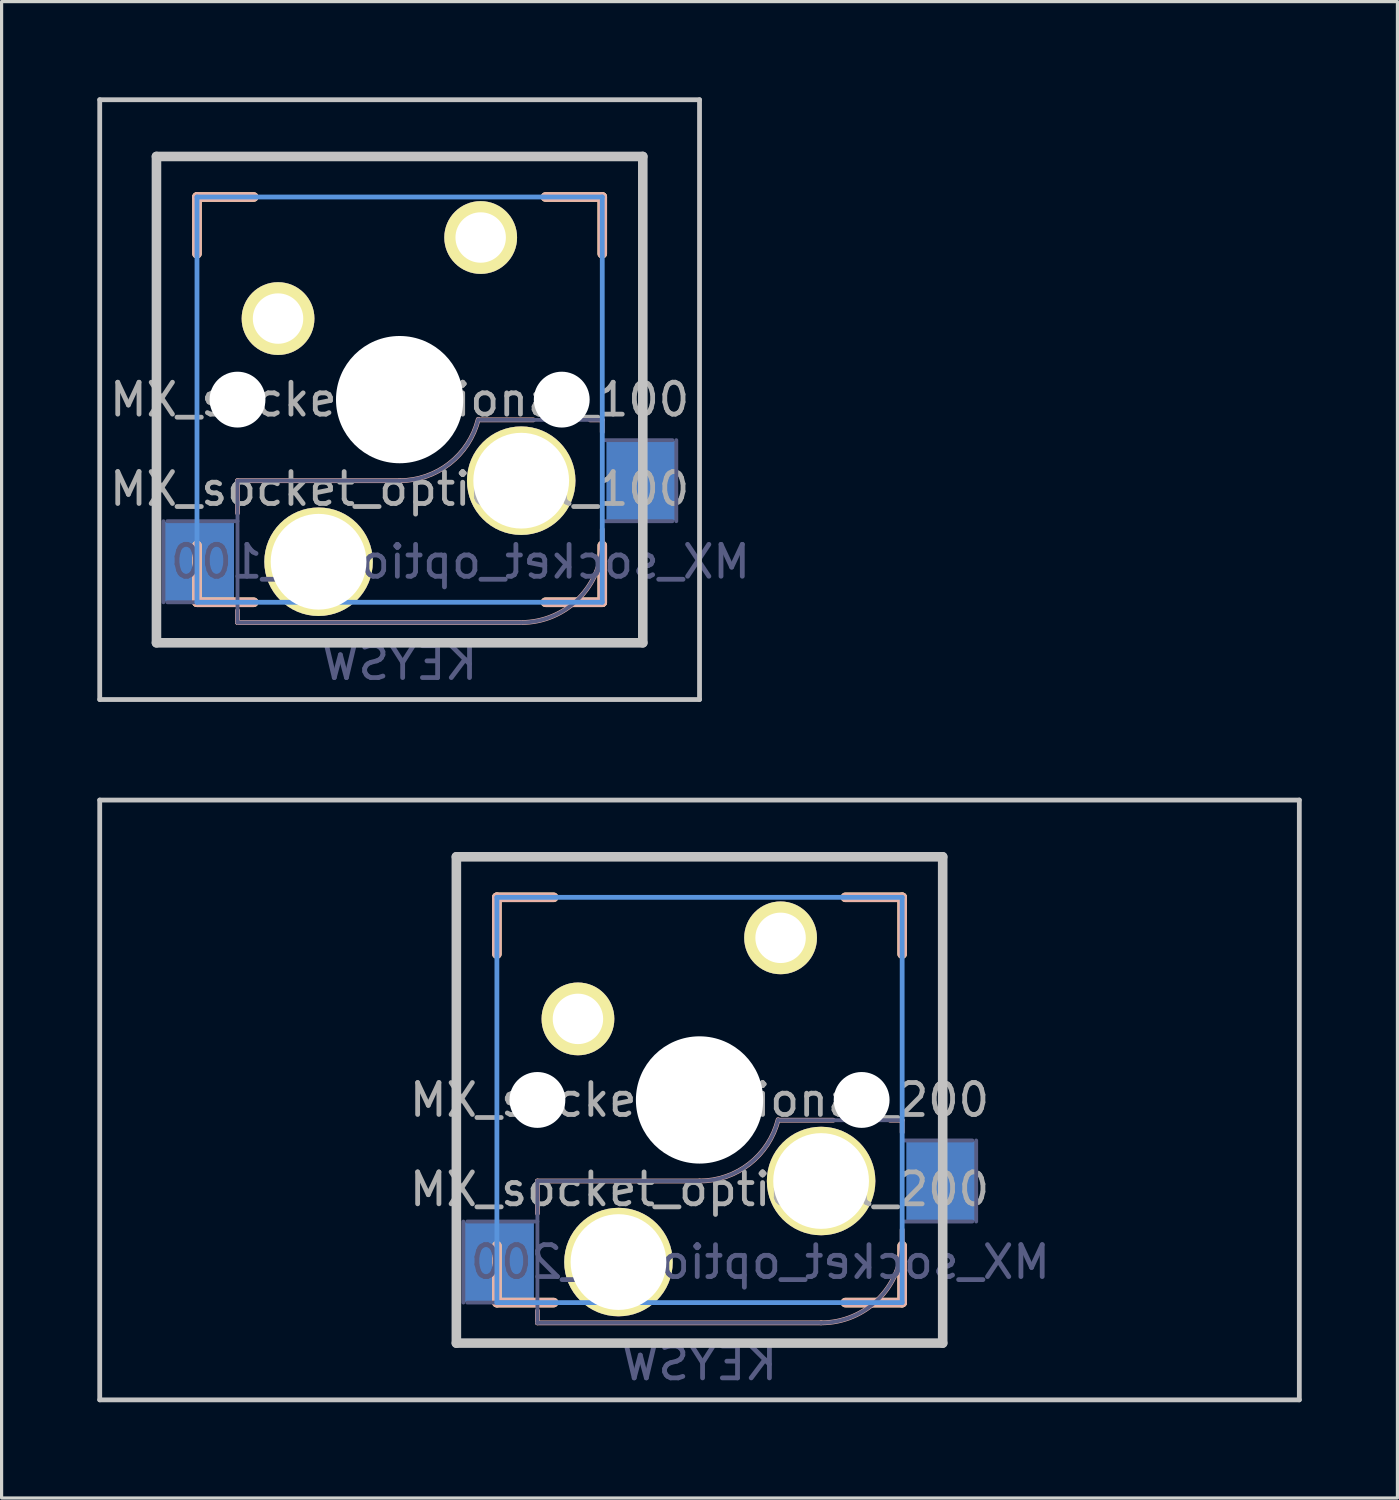
<source format=kicad_pcb>
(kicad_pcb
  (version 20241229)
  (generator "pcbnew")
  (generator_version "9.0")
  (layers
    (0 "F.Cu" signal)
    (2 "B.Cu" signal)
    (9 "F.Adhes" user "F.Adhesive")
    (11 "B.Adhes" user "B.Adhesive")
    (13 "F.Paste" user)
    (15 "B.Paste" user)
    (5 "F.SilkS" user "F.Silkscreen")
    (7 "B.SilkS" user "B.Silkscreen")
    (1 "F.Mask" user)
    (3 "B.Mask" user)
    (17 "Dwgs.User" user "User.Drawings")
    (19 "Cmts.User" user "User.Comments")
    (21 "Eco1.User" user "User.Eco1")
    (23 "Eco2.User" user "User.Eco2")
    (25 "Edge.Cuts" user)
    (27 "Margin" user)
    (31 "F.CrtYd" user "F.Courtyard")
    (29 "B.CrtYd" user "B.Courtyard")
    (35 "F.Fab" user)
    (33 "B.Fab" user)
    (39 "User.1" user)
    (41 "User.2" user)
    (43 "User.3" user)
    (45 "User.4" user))
  (footprint "MX_socket_optional_100"
    (layer "F.Cu")
    (at 9.473 9.473)
    (property "Reference" "MX_socket_optional_100" (at 0 2.8 0) (layer "F.Fab") (effects (font (size 1 1) (thickness 0.15))))
    (property "Value" "KEYSW" (at 0.6 -2.85 0) (layer "B.SilkS") (hide yes) (effects (font (size 1.2 1.2) (thickness 0.2)) (justify mirror)))
    (attr through_hole)
    (fp_line (start -6.35 -6.35) (end -4.572 -6.35) (stroke (width 0.3) (type solid)) (layer "F.SilkS"))
    (fp_line (start -6.35 -4.572) (end -6.35 -6.35) (stroke (width 0.3) (type solid)) (layer "F.SilkS"))
    (fp_line (start -6.35 6.35) (end -6.35 4.572) (stroke (width 0.3) (type solid)) (layer "F.SilkS"))
    (fp_line (start -4.572 6.35) (end -6.35 6.35) (stroke (width 0.3) (type solid)) (layer "F.SilkS"))
    (fp_line (start 4.572 -6.35) (end 6.35 -6.35) (stroke (width 0.3) (type solid)) (layer "F.SilkS"))
    (fp_line (start 6.35 -6.35) (end 6.35 -4.572) (stroke (width 0.3) (type solid)) (layer "F.SilkS"))
    (fp_line (start 6.35 4.572) (end 6.35 6.35) (stroke (width 0.3) (type solid)) (layer "F.SilkS"))
    (fp_line (start 6.35 6.35) (end 4.572 6.35) (stroke (width 0.3) (type solid)) (layer "F.SilkS"))
    (fp_line (start -6.35 -6.35) (end -4.572 -6.35) (stroke (width 0.3) (type solid)) (layer "B.SilkS"))
    (fp_line (start -6.35 -4.572) (end -6.35 -6.35) (stroke (width 0.3) (type solid)) (layer "B.SilkS"))
    (fp_line (start -6.35 6.35) (end -6.35 4.572) (stroke (width 0.3) (type solid)) (layer "B.SilkS"))
    (fp_line (start -5.08 2.54) (end -5.08 3.556) (stroke (width 0.15) (type solid)) (layer "B.SilkS"))
    (fp_line (start -5.08 6.604) (end -5.08 6.985) (stroke (width 0.15) (type solid)) (layer "B.SilkS"))
    (fp_line (start -5.08 6.985) (end 3.81 6.985) (stroke (width 0.15) (type solid)) (layer "B.SilkS"))
    (fp_line (start -4.572 6.35) (end -6.35 6.35) (stroke (width 0.3) (type solid)) (layer "B.SilkS"))
    (fp_line (start 0 2.54) (end -5.08 2.54) (stroke (width 0.15) (type solid)) (layer "B.SilkS"))
    (fp_line (start 4.191 0.635) (end 2.54 0.635) (stroke (width 0.15) (type solid)) (layer "B.SilkS"))
    (fp_line (start 4.572 -6.35) (end 6.35 -6.35) (stroke (width 0.3) (type solid)) (layer "B.SilkS"))
    (fp_line (start 6.35 -6.35) (end 6.35 -4.572) (stroke (width 0.3) (type solid)) (layer "B.SilkS"))
    (fp_line (start 6.35 0.635) (end 5.969 0.635) (stroke (width 0.15) (type solid)) (layer "B.SilkS"))
    (fp_line (start 6.35 1.016) (end 6.35 0.635) (stroke (width 0.15) (type solid)) (layer "B.SilkS"))
    (fp_line (start 6.35 4.445) (end 6.35 4.064) (stroke (width 0.15) (type solid)) (layer "B.SilkS"))
    (fp_line (start 6.35 4.572) (end 6.35 6.35) (stroke (width 0.3) (type solid)) (layer "B.SilkS"))
    (fp_line (start 6.35 6.35) (end 4.572 6.35) (stroke (width 0.3) (type solid)) (layer "B.SilkS"))
    (fp_arc (start 2.464162 0.61604) (mid 1.563147 2.002042) (end 0 2.54) (stroke (width 0.15) (type solid)) (layer "B.SilkS"))
    (fp_arc (start 6.35 4.445) (mid 5.606051 6.241051) (end 3.81 6.985) (stroke (width 0.15) (type solid)) (layer "B.SilkS"))
    (fp_line (start -9.398 -9.398) (end -9.398 9.398) (stroke (width 0.15) (type solid)) (layer "Dwgs.User"))
    (fp_line (start -9.398 -9.398) (end 9.398 -9.398) (stroke (width 0.15) (type solid)) (layer "Dwgs.User"))
    (fp_line (start -9.398 9.398) (end 9.398 9.398) (stroke (width 0.15) (type solid)) (layer "Dwgs.User"))
    (fp_line (start -7.62 -7.62) (end -7.62 7.62) (stroke (width 0.3) (type solid)) (layer "Dwgs.User"))
    (fp_line (start -7.62 -7.62) (end 7.62 -7.62) (stroke (width 0.3) (type solid)) (layer "Dwgs.User"))
    (fp_line (start -7.62 7.62) (end 7.62 7.62) (stroke (width 0.3) (type solid)) (layer "Dwgs.User"))
    (fp_line (start 7.62 -7.62) (end 7.62 7.62) (stroke (width 0.3) (type solid)) (layer "Dwgs.User"))
    (fp_line (start 9.398 -9.398) (end 9.398 9.398) (stroke (width 0.15) (type solid)) (layer "Dwgs.User"))
    (fp_line (start -6.35 6.35) (end -6.35 -6.35) (stroke (width 0.15) (type solid)) (layer "Cmts.User"))
    (fp_line (start -6.35 6.35) (end 6.35 6.35) (stroke (width 0.15) (type solid)) (layer "Cmts.User"))
    (fp_line (start 6.35 -6.35) (end -6.35 -6.35) (stroke (width 0.15) (type solid)) (layer "Cmts.User"))
    (fp_line (start 6.35 -6.35) (end 6.35 6.35) (stroke (width 0.15) (type solid)) (layer "Cmts.User"))
    (fp_line (start -6.985 -6.985) (end 6.985 -6.985) (stroke (width 0.15) (type solid)) (layer "Eco2.User"))
    (fp_line (start -6.985 6.985) (end -6.985 -6.985) (stroke (width 0.15) (type solid)) (layer "Eco2.User"))
    (fp_line (start 6.985 -6.985) (end 6.985 6.985) (stroke (width 0.15) (type solid)) (layer "Eco2.User"))
    (fp_line (start 6.985 6.985) (end -6.985 6.985) (stroke (width 0.15) (type solid)) (layer "Eco2.User"))
    (fp_line (start -7.4 3.81) (end -7.4 6.35) (stroke (width 0.12) (type solid)) (layer "B.Fab"))
    (fp_line (start -7.28 6.35) (end -5.08 6.35) (stroke (width 0.12) (type solid)) (layer "B.Fab"))
    (fp_line (start -5.08 2.54) (end -5.08 6.985) (stroke (width 0.12) (type solid)) (layer "B.Fab"))
    (fp_line (start -5.08 3.81) (end -7.28 3.81) (stroke (width 0.12) (type solid)) (layer "B.Fab"))
    (fp_line (start -5.08 6.985) (end 3.81 6.985) (stroke (width 0.12) (type solid)) (layer "B.Fab"))
    (fp_line (start 0 2.54) (end -5.08 2.54) (stroke (width 0.12) (type solid)) (layer "B.Fab"))
    (fp_line (start 6.35 0.635) (end 2.54 0.635) (stroke (width 0.12) (type solid)) (layer "B.Fab"))
    (fp_line (start 6.35 3.81) (end 8.55 3.81) (stroke (width 0.12) (type solid)) (layer "B.Fab"))
    (fp_line (start 6.35 4.445) (end 6.35 0.635) (stroke (width 0.12) (type solid)) (layer "B.Fab"))
    (fp_line (start 8.55 1.27) (end 6.35 1.27) (stroke (width 0.12) (type solid)) (layer "B.Fab"))
    (fp_line (start 8.67 3.81) (end 8.67 1.27) (stroke (width 0.12) (type solid)) (layer "B.Fab"))
    (fp_arc (start 2.464162 0.61604) (mid 1.563147 2.002042) (end 0 2.54) (stroke (width 0.12) (type solid)) (layer "B.Fab"))
    (fp_arc (start 6.35 4.445) (mid 5.606051 6.241051) (end 3.81 6.985) (stroke (width 0.12) (type solid)) (layer "B.Fab"))
    (fp_text user "${REFERENCE}" (at 1.905 5.08 0) (layer "B.Fab") (effects (font (size 1 1) (thickness 0.15)) (justify mirror)))
    (fp_text user "${VALUE}" (at 0 8.255 0) (layer "B.Fab") (effects (font (size 1 1) (thickness 0.15)) (justify mirror)))
    (fp_text user "${REFERENCE}" (at 0 0 0) (layer "F.Fab") (effects (font (size 1 1) (thickness 0.15))))
    (pad "" np_thru_hole circle (at -5.08 0) (size 1.75 1.75) (drill 1.75) (layers "*.Cu" "*.Mask"))
    (pad "" thru_hole circle (at -2.54 5.08) (size 3.4 3.4) (drill 3) (layers "*.Cu" "*.Mask" "F.SilkS"))
    (pad "" np_thru_hole circle (at 0 0) (size 3.988 3.988) (drill 3.988) (layers "*.Cu" "*.Mask"))
    (pad "" thru_hole circle (at 3.81 2.54) (size 3.4 3.4) (drill 3) (layers "*.Cu" "*.Mask" "F.SilkS"))
    (pad "" np_thru_hole circle (at 5.08 0) (size 1.75 1.75) (drill 1.75) (layers "*.Cu" "*.Mask"))
    (pad "1" smd rect (at -6.29 5.08) (size 2.2 2.5) (layers "B.Cu" "B.Mask" "B.Paste"))
    (pad "1" thru_hole circle (at 2.54 -5.08) (size 2.28 2.28) (drill 1.58) (layers "*.Cu" "*.Mask" "F.SilkS"))
    (pad "2" thru_hole circle (at -3.81 -2.54) (size 2.28 2.28) (drill 1.58) (layers "*.Cu" "*.Mask" "F.SilkS"))
    (pad "2" smd rect (at 7.58 2.54) (size 2.2 2.5) (layers "B.Cu" "B.Mask" "B.Paste")))
  (footprint "MX_socket_optional_200"
    (layer "F.Cu")
    (at 18.871 31.419)
    (property "Reference" "MX_socket_optional_200" (at 0 2.8 0) (layer "F.Fab") (effects (font (size 1 1) (thickness 0.15))))
    (property "Value" "KEYSW" (at 0.6 -2.85 0) (layer "B.SilkS") (hide yes) (effects (font (size 1.2 1.2) (thickness 0.2)) (justify mirror)))
    (attr through_hole)
    (fp_line (start -6.35 -6.35) (end -4.572 -6.35) (stroke (width 0.3) (type solid)) (layer "F.SilkS"))
    (fp_line (start -6.35 -4.572) (end -6.35 -6.35) (stroke (width 0.3) (type solid)) (layer "F.SilkS"))
    (fp_line (start -6.35 6.35) (end -6.35 4.572) (stroke (width 0.3) (type solid)) (layer "F.SilkS"))
    (fp_line (start -4.572 6.35) (end -6.35 6.35) (stroke (width 0.3) (type solid)) (layer "F.SilkS"))
    (fp_line (start 4.572 -6.35) (end 6.35 -6.35) (stroke (width 0.3) (type solid)) (layer "F.SilkS"))
    (fp_line (start 6.35 -6.35) (end 6.35 -4.572) (stroke (width 0.3) (type solid)) (layer "F.SilkS"))
    (fp_line (start 6.35 4.572) (end 6.35 6.35) (stroke (width 0.3) (type solid)) (layer "F.SilkS"))
    (fp_line (start 6.35 6.35) (end 4.572 6.35) (stroke (width 0.3) (type solid)) (layer "F.SilkS"))
    (fp_line (start -6.35 -6.35) (end -4.572 -6.35) (stroke (width 0.3) (type solid)) (layer "B.SilkS"))
    (fp_line (start -6.35 -4.572) (end -6.35 -6.35) (stroke (width 0.3) (type solid)) (layer "B.SilkS"))
    (fp_line (start -6.35 6.35) (end -6.35 4.572) (stroke (width 0.3) (type solid)) (layer "B.SilkS"))
    (fp_line (start -5.08 2.54) (end -5.08 3.556) (stroke (width 0.15) (type solid)) (layer "B.SilkS"))
    (fp_line (start -5.08 6.604) (end -5.08 6.985) (stroke (width 0.15) (type solid)) (layer "B.SilkS"))
    (fp_line (start -5.08 6.985) (end 3.81 6.985) (stroke (width 0.15) (type solid)) (layer "B.SilkS"))
    (fp_line (start -4.572 6.35) (end -6.35 6.35) (stroke (width 0.3) (type solid)) (layer "B.SilkS"))
    (fp_line (start 0 2.54) (end -5.08 2.54) (stroke (width 0.15) (type solid)) (layer "B.SilkS"))
    (fp_line (start 4.191 0.635) (end 2.54 0.635) (stroke (width 0.15) (type solid)) (layer "B.SilkS"))
    (fp_line (start 4.572 -6.35) (end 6.35 -6.35) (stroke (width 0.3) (type solid)) (layer "B.SilkS"))
    (fp_line (start 6.35 -6.35) (end 6.35 -4.572) (stroke (width 0.3) (type solid)) (layer "B.SilkS"))
    (fp_line (start 6.35 0.635) (end 5.969 0.635) (stroke (width 0.15) (type solid)) (layer "B.SilkS"))
    (fp_line (start 6.35 1.016) (end 6.35 0.635) (stroke (width 0.15) (type solid)) (layer "B.SilkS"))
    (fp_line (start 6.35 4.445) (end 6.35 4.064) (stroke (width 0.15) (type solid)) (layer "B.SilkS"))
    (fp_line (start 6.35 4.572) (end 6.35 6.35) (stroke (width 0.3) (type solid)) (layer "B.SilkS"))
    (fp_line (start 6.35 6.35) (end 4.572 6.35) (stroke (width 0.3) (type solid)) (layer "B.SilkS"))
    (fp_arc (start 2.464162 0.61604) (mid 1.563147 2.002042) (end 0 2.54) (stroke (width 0.15) (type solid)) (layer "B.SilkS"))
    (fp_arc (start 6.35 4.445) (mid 5.606051 6.241051) (end 3.81 6.985) (stroke (width 0.15) (type solid)) (layer "B.SilkS"))
    (fp_line (start -18.796 -9.398) (end -18.796 9.398) (stroke (width 0.15) (type solid)) (layer "Dwgs.User"))
    (fp_line (start -18.796 -9.398) (end 18.796 -9.398) (stroke (width 0.15) (type solid)) (layer "Dwgs.User"))
    (fp_line (start -18.796 9.398) (end 18.796 9.398) (stroke (width 0.15) (type solid)) (layer "Dwgs.User"))
    (fp_line (start -7.62 -7.62) (end -7.62 7.62) (stroke (width 0.3) (type solid)) (layer "Dwgs.User"))
    (fp_line (start -7.62 -7.62) (end 7.62 -7.62) (stroke (width 0.3) (type solid)) (layer "Dwgs.User"))
    (fp_line (start -7.62 7.62) (end 7.62 7.62) (stroke (width 0.3) (type solid)) (layer "Dwgs.User"))
    (fp_line (start 7.62 -7.62) (end 7.62 7.62) (stroke (width 0.3) (type solid)) (layer "Dwgs.User"))
    (fp_line (start 18.796 -9.398) (end 18.796 9.398) (stroke (width 0.15) (type solid)) (layer "Dwgs.User"))
    (fp_line (start -6.35 6.35) (end -6.35 -6.35) (stroke (width 0.15) (type solid)) (layer "Cmts.User"))
    (fp_line (start -6.35 6.35) (end 6.35 6.35) (stroke (width 0.15) (type solid)) (layer "Cmts.User"))
    (fp_line (start 6.35 -6.35) (end -6.35 -6.35) (stroke (width 0.15) (type solid)) (layer "Cmts.User"))
    (fp_line (start 6.35 -6.35) (end 6.35 6.35) (stroke (width 0.15) (type solid)) (layer "Cmts.User"))
    (fp_line (start -6.985 -6.985) (end 6.985 -6.985) (stroke (width 0.15) (type solid)) (layer "Eco2.User"))
    (fp_line (start -6.985 6.985) (end -6.985 -6.985) (stroke (width 0.15) (type solid)) (layer "Eco2.User"))
    (fp_line (start 6.985 -6.985) (end 6.985 6.985) (stroke (width 0.15) (type solid)) (layer "Eco2.User"))
    (fp_line (start 6.985 6.985) (end -6.985 6.985) (stroke (width 0.15) (type solid)) (layer "Eco2.User"))
    (fp_line (start -7.4 3.81) (end -7.4 6.35) (stroke (width 0.12) (type solid)) (layer "B.Fab"))
    (fp_line (start -7.28 6.35) (end -5.08 6.35) (stroke (width 0.12) (type solid)) (layer "B.Fab"))
    (fp_line (start -5.08 2.54) (end -5.08 6.985) (stroke (width 0.12) (type solid)) (layer "B.Fab"))
    (fp_line (start -5.08 3.81) (end -7.28 3.81) (stroke (width 0.12) (type solid)) (layer "B.Fab"))
    (fp_line (start -5.08 6.985) (end 3.81 6.985) (stroke (width 0.12) (type solid)) (layer "B.Fab"))
    (fp_line (start 0 2.54) (end -5.08 2.54) (stroke (width 0.12) (type solid)) (layer "B.Fab"))
    (fp_line (start 6.35 0.635) (end 2.54 0.635) (stroke (width 0.12) (type solid)) (layer "B.Fab"))
    (fp_line (start 6.35 3.81) (end 8.55 3.81) (stroke (width 0.12) (type solid)) (layer "B.Fab"))
    (fp_line (start 6.35 4.445) (end 6.35 0.635) (stroke (width 0.12) (type solid)) (layer "B.Fab"))
    (fp_line (start 8.55 1.27) (end 6.35 1.27) (stroke (width 0.12) (type solid)) (layer "B.Fab"))
    (fp_line (start 8.67 3.81) (end 8.67 1.27) (stroke (width 0.12) (type solid)) (layer "B.Fab"))
    (fp_arc (start 2.464162 0.61604) (mid 1.563147 2.002042) (end 0 2.54) (stroke (width 0.12) (type solid)) (layer "B.Fab"))
    (fp_arc (start 6.35 4.445) (mid 5.606051 6.241051) (end 3.81 6.985) (stroke (width 0.12) (type solid)) (layer "B.Fab"))
    (fp_text user "${VALUE}" (at 0 8.255 0) (layer "B.Fab") (effects (font (size 1 1) (thickness 0.15)) (justify mirror)))
    (fp_text user "${REFERENCE}" (at 1.905 5.08 0) (layer "B.Fab") (effects (font (size 1 1) (thickness 0.15)) (justify mirror)))
    (fp_text user "${REFERENCE}" (at 0 0 0) (layer "F.Fab") (effects (font (size 1 1) (thickness 0.15))))
    (pad "" np_thru_hole circle (at -5.08 0) (size 1.75 1.75) (drill 1.75) (layers "*.Cu" "*.Mask"))
    (pad "" thru_hole circle (at -2.54 5.08) (size 3.4 3.4) (drill 3) (layers "*.Cu" "*.Mask" "F.SilkS"))
    (pad "" np_thru_hole circle (at 0 0) (size 3.988 3.988) (drill 3.988) (layers "*.Cu" "*.Mask"))
    (pad "" thru_hole circle (at 3.81 2.54) (size 3.4 3.4) (drill 3) (layers "*.Cu" "*.Mask" "F.SilkS"))
    (pad "" np_thru_hole circle (at 5.08 0) (size 1.75 1.75) (drill 1.75) (layers "*.Cu" "*.Mask"))
    (pad "1" smd rect (at -6.29 5.08) (size 2.2 2.5) (layers "B.Cu" "B.Mask" "B.Paste"))
    (pad "1" thru_hole circle (at 2.54 -5.08) (size 2.28 2.28) (drill 1.58) (layers "*.Cu" "*.Mask" "F.SilkS"))
    (pad "2" thru_hole circle (at -3.81 -2.54) (size 2.28 2.28) (drill 1.58) (layers "*.Cu" "*.Mask" "F.SilkS"))
    (pad "2" smd rect (at 7.58 2.54) (size 2.2 2.5) (layers "B.Cu" "B.Mask" "B.Paste")))
  (gr_rect
    (start -3 -3)
    (end 40.742 43.892)
    (stroke (width 0.1) (type default))
    (fill no)
    (layer "Edge.Cuts")))
</source>
